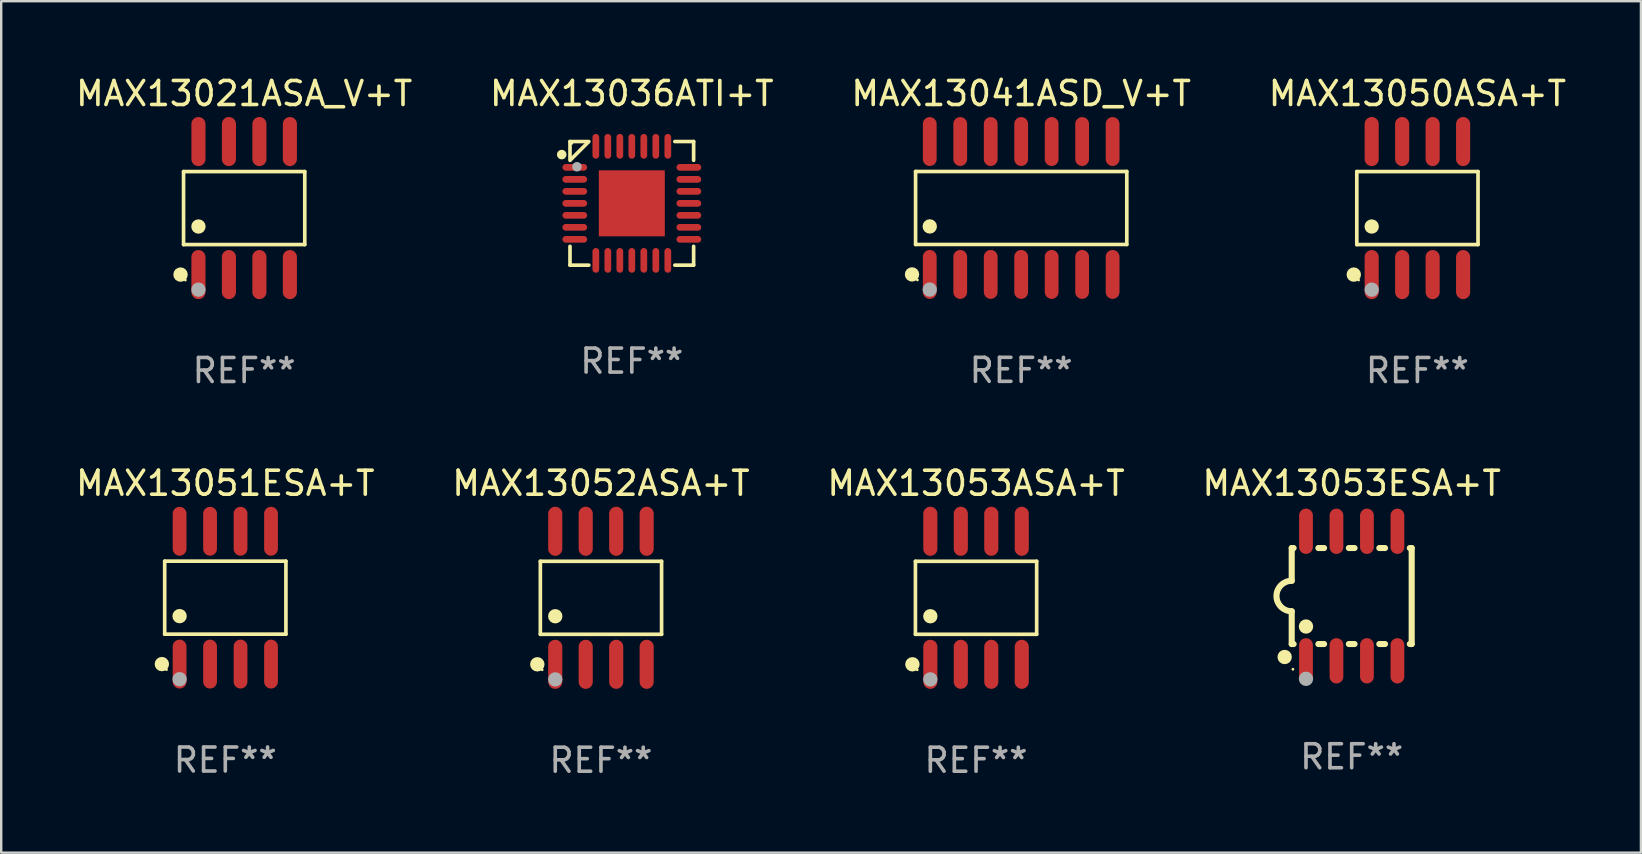
<source format=kicad_pcb>
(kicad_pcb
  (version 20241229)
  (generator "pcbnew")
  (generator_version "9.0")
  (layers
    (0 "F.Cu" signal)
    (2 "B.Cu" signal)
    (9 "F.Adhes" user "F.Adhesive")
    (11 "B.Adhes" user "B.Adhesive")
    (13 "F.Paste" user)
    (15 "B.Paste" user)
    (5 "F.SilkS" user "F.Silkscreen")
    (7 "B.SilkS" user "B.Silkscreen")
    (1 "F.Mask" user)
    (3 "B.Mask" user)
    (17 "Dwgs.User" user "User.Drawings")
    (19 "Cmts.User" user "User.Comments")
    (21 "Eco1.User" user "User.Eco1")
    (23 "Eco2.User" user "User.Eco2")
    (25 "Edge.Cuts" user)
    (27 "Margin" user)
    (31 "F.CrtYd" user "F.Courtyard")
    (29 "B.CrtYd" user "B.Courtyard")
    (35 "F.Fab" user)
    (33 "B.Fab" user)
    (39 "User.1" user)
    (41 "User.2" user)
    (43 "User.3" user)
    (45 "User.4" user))
  (footprint "MAX13051ESA+T"
    (layer "F.Cu")
    (at 6.339 21.857)
    (property "Reference" "MAX13051ESA+T" (at 0 -4.768 0) (layer "F.SilkS") (effects (font (size 1 1) (thickness 0.15))))
    (attr through_hole)
    (fp_line (start -2.526 -1.521) (end 2.526 -1.521) (stroke (width 0.152) (type solid)) (layer "F.SilkS"))
    (fp_line (start -2.526 1.521) (end -2.526 -1.521) (stroke (width 0.152) (type solid)) (layer "F.SilkS"))
    (fp_line (start 2.526 -1.521) (end 2.526 1.521) (stroke (width 0.152) (type solid)) (layer "F.SilkS"))
    (fp_line (start 2.526 1.521) (end -2.526 1.521) (stroke (width 0.152) (type solid)) (layer "F.SilkS"))
    (fp_circle (center -2.644 2.768) (end -2.494 2.768) (stroke (width 0.3) (type solid)) (fill no) (layer "F.SilkS"))
    (fp_circle (center -2.45 2.998) (end -2.42 2.998) (stroke (width 0.06) (type solid)) (fill no) (layer "F.SilkS"))
    (fp_circle (center -1.905 0.769) (end -1.755 0.769) (stroke (width 0.3) (type solid)) (fill no) (layer "F.SilkS"))
    (fp_circle (center -1.905 3.398) (end -1.755 3.398) (stroke (width 0.3) (type solid)) (fill no) (layer "F.Fab"))
    (fp_text user "REF**" (at 0 6.768 0) (layer "F.Fab") (effects (font (size 1 1) (thickness 0.15))))
    (pad "1" smd oval (at -1.905 2.768) (size 0.574 2.036) (layers "F.Cu" "F.Mask" "F.Paste"))
    (pad "2" smd oval (at -0.635 2.768) (size 0.574 2.036) (layers "F.Cu" "F.Mask" "F.Paste"))
    (pad "3" smd oval (at 0.635 2.768) (size 0.574 2.036) (layers "F.Cu" "F.Mask" "F.Paste"))
    (pad "4" smd oval (at 1.905 2.768) (size 0.574 2.036) (layers "F.Cu" "F.Mask" "F.Paste"))
    (pad "5" smd oval (at 1.905 -2.768) (size 0.574 2.036) (layers "F.Cu" "F.Mask" "F.Paste"))
    (pad "6" smd oval (at 0.635 -2.768) (size 0.574 2.036) (layers "F.Cu" "F.Mask" "F.Paste"))
    (pad "7" smd oval (at -0.635 -2.768) (size 0.574 2.036) (layers "F.Cu" "F.Mask" "F.Paste"))
    (pad "8" smd oval (at -1.905 -2.768) (size 0.574 2.036) (layers "F.Cu" "F.Mask" "F.Paste")))
  (footprint "MAX13050ASA+T"
    (layer "F.Cu")
    (at 56.018 5.621)
    (property "Reference" "MAX13050ASA+T" (at 0 -4.772 0) (layer "F.SilkS") (effects (font (size 1 1) (thickness 0.15))))
    (attr through_hole)
    (fp_line (start -2.526 -1.521) (end 2.526 -1.521) (stroke (width 0.152) (type solid)) (layer "F.SilkS"))
    (fp_line (start -2.526 1.521) (end -2.526 -1.521) (stroke (width 0.152) (type solid)) (layer "F.SilkS"))
    (fp_line (start 2.526 -1.521) (end 2.526 1.521) (stroke (width 0.152) (type solid)) (layer "F.SilkS"))
    (fp_line (start 2.526 1.521) (end -2.526 1.521) (stroke (width 0.152) (type solid)) (layer "F.SilkS"))
    (fp_circle (center -2.652 2.772) (end -2.501 2.772) (stroke (width 0.3) (type solid)) (fill no) (layer "F.SilkS"))
    (fp_circle (center -2.45 3) (end -2.42 3) (stroke (width 0.06) (type solid)) (fill no) (layer "F.SilkS"))
    (fp_circle (center -1.905 0.769) (end -1.755 0.769) (stroke (width 0.3) (type solid)) (fill no) (layer "F.SilkS"))
    (fp_circle (center -1.905 3.4) (end -1.755 3.4) (stroke (width 0.3) (type solid)) (fill no) (layer "F.Fab"))
    (fp_text user "REF**" (at 0 6.772 0) (layer "F.Fab") (effects (font (size 1 1) (thickness 0.15))))
    (pad "1" smd oval (at -1.905 2.772) (size 0.588 2.045) (layers "F.Cu" "F.Mask" "F.Paste"))
    (pad "2" smd oval (at -0.635 2.772) (size 0.588 2.045) (layers "F.Cu" "F.Mask" "F.Paste"))
    (pad "3" smd oval (at 0.635 2.772) (size 0.588 2.045) (layers "F.Cu" "F.Mask" "F.Paste"))
    (pad "4" smd oval (at 1.905 2.772) (size 0.588 2.045) (layers "F.Cu" "F.Mask" "F.Paste"))
    (pad "5" smd oval (at 1.905 -2.772) (size 0.588 2.045) (layers "F.Cu" "F.Mask" "F.Paste"))
    (pad "6" smd oval (at 0.635 -2.772) (size 0.588 2.045) (layers "F.Cu" "F.Mask" "F.Paste"))
    (pad "7" smd oval (at -0.635 -2.772) (size 0.588 2.045) (layers "F.Cu" "F.Mask" "F.Paste"))
    (pad "8" smd oval (at -1.905 -2.772) (size 0.588 2.045) (layers "F.Cu" "F.Mask" "F.Paste")))
  (footprint "MAX13053ESA+T"
    (layer "F.Cu")
    (at 53.28 21.789)
    (property "Reference" "MAX13053ESA+T" (at 0 -4.699 0) (layer "F.SilkS") (effects (font (size 1 1) (thickness 0.15))))
    (attr through_hole)
    (fp_line (start -2.5 -2) (end -2.5 -0.635) (stroke (width 0.254) (type solid)) (layer "F.SilkS"))
    (fp_line (start -2.5 -2) (end -2.421 -2) (stroke (width 0.254) (type solid)) (layer "F.SilkS"))
    (fp_line (start -2.5 2) (end -2.5 0.635) (stroke (width 0.254) (type solid)) (layer "F.SilkS"))
    (fp_line (start -2.5 2) (end -2.421 2) (stroke (width 0.254) (type solid)) (layer "F.SilkS"))
    (fp_line (start -1.389 -2) (end -1.151 -2) (stroke (width 0.254) (type solid)) (layer "F.SilkS"))
    (fp_line (start -1.389 2) (end -1.151 2) (stroke (width 0.254) (type solid)) (layer "F.SilkS"))
    (fp_line (start -0.119 -2) (end 0.119 -2) (stroke (width 0.254) (type solid)) (layer "F.SilkS"))
    (fp_line (start -0.119 2) (end 0.119 2) (stroke (width 0.254) (type solid)) (layer "F.SilkS"))
    (fp_line (start 1.151 -2) (end 1.389 -2) (stroke (width 0.254) (type solid)) (layer "F.SilkS"))
    (fp_line (start 1.151 2) (end 1.389 2) (stroke (width 0.254) (type solid)) (layer "F.SilkS"))
    (fp_line (start 2.421 -2) (end 2.5 -2) (stroke (width 0.254) (type solid)) (layer "F.SilkS"))
    (fp_line (start 2.421 2) (end 2.5 2) (stroke (width 0.254) (type solid)) (layer "F.SilkS"))
    (fp_line (start 2.5 -2) (end 2.5 2) (stroke (width 0.254) (type solid)) (layer "F.SilkS"))
    (fp_arc (start -2.5 0.635001) (mid -3.134366 -0.000318) (end -2.499365 -0.635001) (stroke (width 0.254001) (type solid)) (layer "F.SilkS"))
    (fp_circle (center -2.794 2.54) (end -2.644 2.54) (stroke (width 0.3) (type solid)) (fill no) (layer "F.SilkS"))
    (fp_circle (center -2.45 3.05) (end -2.42 3.05) (stroke (width 0.06) (type solid)) (fill no) (layer "F.SilkS"))
    (fp_circle (center -1.905 1.27) (end -1.755 1.27) (stroke (width 0.3) (type solid)) (fill no) (layer "F.SilkS"))
    (fp_circle (center -1.905 3.45) (end -1.755 3.45) (stroke (width 0.3) (type solid)) (fill no) (layer "F.Fab"))
    (fp_text user "REF**" (at 0 6.699 0) (layer "F.Fab") (effects (font (size 1 1) (thickness 0.15))))
    (pad "1" smd oval (at -1.905 2.699) (size 0.574 1.888) (layers "F.Cu" "F.Mask" "F.Paste"))
    (pad "2" smd oval (at -0.635 2.699) (size 0.574 1.888) (layers "F.Cu" "F.Mask" "F.Paste"))
    (pad "3" smd oval (at 0.635 2.699) (size 0.574 1.888) (layers "F.Cu" "F.Mask" "F.Paste"))
    (pad "4" smd oval (at 1.905 2.699) (size 0.574 1.888) (layers "F.Cu" "F.Mask" "F.Paste"))
    (pad "5" smd oval (at 1.905 -2.699) (size 0.574 1.888) (layers "F.Cu" "F.Mask" "F.Paste"))
    (pad "6" smd oval (at 0.635 -2.699) (size 0.574 1.888) (layers "F.Cu" "F.Mask" "F.Paste"))
    (pad "7" smd oval (at -0.635 -2.699) (size 0.574 1.888) (layers "F.Cu" "F.Mask" "F.Paste"))
    (pad "8" smd oval (at -1.905 -2.699) (size 0.574 1.888) (layers "F.Cu" "F.Mask" "F.Paste")))
  (footprint "MAX13052ASA+T"
    (layer "F.Cu")
    (at 21.994 21.862)
    (property "Reference" "MAX13052ASA+T" (at 0 -4.772 0) (layer "F.SilkS") (effects (font (size 1 1) (thickness 0.15))))
    (attr through_hole)
    (fp_line (start -2.526 -1.521) (end 2.526 -1.521) (stroke (width 0.152) (type solid)) (layer "F.SilkS"))
    (fp_line (start -2.526 1.521) (end -2.526 -1.521) (stroke (width 0.152) (type solid)) (layer "F.SilkS"))
    (fp_line (start 2.526 -1.521) (end 2.526 1.521) (stroke (width 0.152) (type solid)) (layer "F.SilkS"))
    (fp_line (start 2.526 1.521) (end -2.526 1.521) (stroke (width 0.152) (type solid)) (layer "F.SilkS"))
    (fp_circle (center -2.652 2.772) (end -2.501 2.772) (stroke (width 0.3) (type solid)) (fill no) (layer "F.SilkS"))
    (fp_circle (center -2.45 3) (end -2.42 3) (stroke (width 0.06) (type solid)) (fill no) (layer "F.SilkS"))
    (fp_circle (center -1.905 0.769) (end -1.755 0.769) (stroke (width 0.3) (type solid)) (fill no) (layer "F.SilkS"))
    (fp_circle (center -1.905 3.4) (end -1.755 3.4) (stroke (width 0.3) (type solid)) (fill no) (layer "F.Fab"))
    (fp_text user "REF**" (at 0 6.772 0) (layer "F.Fab") (effects (font (size 1 1) (thickness 0.15))))
    (pad "1" smd oval (at -1.905 2.772) (size 0.588 2.045) (layers "F.Cu" "F.Mask" "F.Paste"))
    (pad "2" smd oval (at -0.635 2.772) (size 0.588 2.045) (layers "F.Cu" "F.Mask" "F.Paste"))
    (pad "3" smd oval (at 0.635 2.772) (size 0.588 2.045) (layers "F.Cu" "F.Mask" "F.Paste"))
    (pad "4" smd oval (at 1.905 2.772) (size 0.588 2.045) (layers "F.Cu" "F.Mask" "F.Paste"))
    (pad "5" smd oval (at 1.905 -2.772) (size 0.588 2.045) (layers "F.Cu" "F.Mask" "F.Paste"))
    (pad "6" smd oval (at 0.635 -2.772) (size 0.588 2.045) (layers "F.Cu" "F.Mask" "F.Paste"))
    (pad "7" smd oval (at -0.635 -2.772) (size 0.588 2.045) (layers "F.Cu" "F.Mask" "F.Paste"))
    (pad "8" smd oval (at -1.905 -2.772) (size 0.588 2.045) (layers "F.Cu" "F.Mask" "F.Paste")))
  (footprint "MAX13053ASA+T"
    (layer "F.Cu")
    (at 37.625 21.862)
    (property "Reference" "MAX13053ASA+T" (at 0 -4.772 0) (layer "F.SilkS") (effects (font (size 1 1) (thickness 0.15))))
    (attr through_hole)
    (fp_line (start -2.526 -1.521) (end 2.526 -1.521) (stroke (width 0.152) (type solid)) (layer "F.SilkS"))
    (fp_line (start -2.526 1.521) (end -2.526 -1.521) (stroke (width 0.152) (type solid)) (layer "F.SilkS"))
    (fp_line (start 2.526 -1.521) (end 2.526 1.521) (stroke (width 0.152) (type solid)) (layer "F.SilkS"))
    (fp_line (start 2.526 1.521) (end -2.526 1.521) (stroke (width 0.152) (type solid)) (layer "F.SilkS"))
    (fp_circle (center -2.652 2.772) (end -2.501 2.772) (stroke (width 0.3) (type solid)) (fill no) (layer "F.SilkS"))
    (fp_circle (center -2.45 3) (end -2.42 3) (stroke (width 0.06) (type solid)) (fill no) (layer "F.SilkS"))
    (fp_circle (center -1.905 0.769) (end -1.755 0.769) (stroke (width 0.3) (type solid)) (fill no) (layer "F.SilkS"))
    (fp_circle (center -1.905 3.4) (end -1.755 3.4) (stroke (width 0.3) (type solid)) (fill no) (layer "F.Fab"))
    (fp_text user "REF**" (at 0 6.772 0) (layer "F.Fab") (effects (font (size 1 1) (thickness 0.15))))
    (pad "1" smd oval (at -1.905 2.772) (size 0.588 2.045) (layers "F.Cu" "F.Mask" "F.Paste"))
    (pad "2" smd oval (at -0.635 2.772) (size 0.588 2.045) (layers "F.Cu" "F.Mask" "F.Paste"))
    (pad "3" smd oval (at 0.635 2.772) (size 0.588 2.045) (layers "F.Cu" "F.Mask" "F.Paste"))
    (pad "4" smd oval (at 1.905 2.772) (size 0.588 2.045) (layers "F.Cu" "F.Mask" "F.Paste"))
    (pad "5" smd oval (at 1.905 -2.772) (size 0.588 2.045) (layers "F.Cu" "F.Mask" "F.Paste"))
    (pad "6" smd oval (at 0.635 -2.772) (size 0.588 2.045) (layers "F.Cu" "F.Mask" "F.Paste"))
    (pad "7" smd oval (at -0.635 -2.772) (size 0.588 2.045) (layers "F.Cu" "F.Mask" "F.Paste"))
    (pad "8" smd oval (at -1.905 -2.772) (size 0.588 2.045) (layers "F.Cu" "F.Mask" "F.Paste")))
  (footprint "MAX13041ASD_V+T"
    (layer "F.Cu")
    (at 39.506 5.617)
    (property "Reference" "MAX13041ASD_V+T" (at 0 -4.769 0) (layer "F.SilkS") (effects (font (size 1 1) (thickness 0.15))))
    (attr through_hole)
    (fp_line (start -4.401 -1.521) (end 4.401 -1.521) (stroke (width 0.152) (type solid)) (layer "F.SilkS"))
    (fp_line (start -4.401 1.521) (end -4.401 -1.521) (stroke (width 0.152) (type solid)) (layer "F.SilkS"))
    (fp_line (start 4.401 -1.521) (end 4.401 1.521) (stroke (width 0.152) (type solid)) (layer "F.SilkS"))
    (fp_line (start 4.401 1.521) (end -4.401 1.521) (stroke (width 0.152) (type solid)) (layer "F.SilkS"))
    (fp_circle (center -4.549 2.769) (end -4.399 2.769) (stroke (width 0.3) (type solid)) (fill no) (layer "F.SilkS"))
    (fp_circle (center -4.325 3) (end -4.295 3) (stroke (width 0.06) (type solid)) (fill no) (layer "F.SilkS"))
    (fp_circle (center -3.81 0.769) (end -3.66 0.769) (stroke (width 0.3) (type solid)) (fill no) (layer "F.SilkS"))
    (fp_circle (center -3.81 3.4) (end -3.66 3.4) (stroke (width 0.3) (type solid)) (fill no) (layer "F.Fab"))
    (fp_text user "REF**" (at 0 6.769 0) (layer "F.Fab") (effects (font (size 1 1) (thickness 0.15))))
    (pad "1" smd oval (at -3.81 2.769) (size 0.574 2.038) (layers "F.Cu" "F.Mask" "F.Paste"))
    (pad "2" smd oval (at -2.54 2.769) (size 0.574 2.038) (layers "F.Cu" "F.Mask" "F.Paste"))
    (pad "3" smd oval (at -1.27 2.769) (size 0.574 2.038) (layers "F.Cu" "F.Mask" "F.Paste"))
    (pad "4" smd oval (at 0 2.769) (size 0.574 2.038) (layers "F.Cu" "F.Mask" "F.Paste"))
    (pad "5" smd oval (at 1.27 2.769) (size 0.574 2.038) (layers "F.Cu" "F.Mask" "F.Paste"))
    (pad "6" smd oval (at 2.54 2.769) (size 0.574 2.038) (layers "F.Cu" "F.Mask" "F.Paste"))
    (pad "7" smd oval (at 3.81 2.769) (size 0.574 2.038) (layers "F.Cu" "F.Mask" "F.Paste"))
    (pad "8" smd oval (at 3.81 -2.769) (size 0.574 2.038) (layers "F.Cu" "F.Mask" "F.Paste"))
    (pad "9" smd oval (at 2.54 -2.769) (size 0.574 2.038) (layers "F.Cu" "F.Mask" "F.Paste"))
    (pad "10" smd oval (at 1.27 -2.769) (size 0.574 2.038) (layers "F.Cu" "F.Mask" "F.Paste"))
    (pad "11" smd oval (at 0 -2.769) (size 0.574 2.038) (layers "F.Cu" "F.Mask" "F.Paste"))
    (pad "12" smd oval (at -1.27 -2.769) (size 0.574 2.038) (layers "F.Cu" "F.Mask" "F.Paste"))
    (pad "13" smd oval (at -2.54 -2.769) (size 0.574 2.038) (layers "F.Cu" "F.Mask" "F.Paste"))
    (pad "14" smd oval (at -3.81 -2.769) (size 0.574 2.038) (layers "F.Cu" "F.Mask" "F.Paste")))
  (footprint "MAX13021ASA_V+T"
    (layer "F.Cu")
    (at 7.125 5.621)
    (property "Reference" "MAX13021ASA_V+T" (at 0 -4.772 0) (layer "F.SilkS") (effects (font (size 1 1) (thickness 0.15))))
    (attr through_hole)
    (fp_line (start -2.526 -1.521) (end 2.526 -1.521) (stroke (width 0.152) (type solid)) (layer "F.SilkS"))
    (fp_line (start -2.526 1.521) (end -2.526 -1.521) (stroke (width 0.152) (type solid)) (layer "F.SilkS"))
    (fp_line (start 2.526 -1.521) (end 2.526 1.521) (stroke (width 0.152) (type solid)) (layer "F.SilkS"))
    (fp_line (start 2.526 1.521) (end -2.526 1.521) (stroke (width 0.152) (type solid)) (layer "F.SilkS"))
    (fp_circle (center -2.652 2.772) (end -2.501 2.772) (stroke (width 0.3) (type solid)) (fill no) (layer "F.SilkS"))
    (fp_circle (center -2.45 3) (end -2.42 3) (stroke (width 0.06) (type solid)) (fill no) (layer "F.SilkS"))
    (fp_circle (center -1.905 0.769) (end -1.755 0.769) (stroke (width 0.3) (type solid)) (fill no) (layer "F.SilkS"))
    (fp_circle (center -1.905 3.4) (end -1.755 3.4) (stroke (width 0.3) (type solid)) (fill no) (layer "F.Fab"))
    (fp_text user "REF**" (at 0 6.772 0) (layer "F.Fab") (effects (font (size 1 1) (thickness 0.15))))
    (pad "1" smd oval (at -1.905 2.772) (size 0.588 2.045) (layers "F.Cu" "F.Mask" "F.Paste"))
    (pad "2" smd oval (at -0.635 2.772) (size 0.588 2.045) (layers "F.Cu" "F.Mask" "F.Paste"))
    (pad "3" smd oval (at 0.635 2.772) (size 0.588 2.045) (layers "F.Cu" "F.Mask" "F.Paste"))
    (pad "4" smd oval (at 1.905 2.772) (size 0.588 2.045) (layers "F.Cu" "F.Mask" "F.Paste"))
    (pad "5" smd oval (at 1.905 -2.772) (size 0.588 2.045) (layers "F.Cu" "F.Mask" "F.Paste"))
    (pad "6" smd oval (at 0.635 -2.772) (size 0.588 2.045) (layers "F.Cu" "F.Mask" "F.Paste"))
    (pad "7" smd oval (at -0.635 -2.772) (size 0.588 2.045) (layers "F.Cu" "F.Mask" "F.Paste"))
    (pad "8" smd oval (at -1.905 -2.772) (size 0.588 2.045) (layers "F.Cu" "F.Mask" "F.Paste")))
  (footprint "MAX13036ATI+T"
    (layer "F.Cu")
    (at 23.28 5.424)
    (property "Reference" "MAX13036ATI+T" (at 0 -4.576 0) (layer "F.SilkS") (effects (font (size 1 1) (thickness 0.15))))
    (attr through_hole)
    (fp_line (start -2.576 -2.576) (end -1.792 -2.576) (stroke (width 0.152) (type solid)) (layer "F.SilkS"))
    (fp_line (start -2.576 -1.792) (end -2.576 -2.576) (stroke (width 0.152) (type solid)) (layer "F.SilkS"))
    (fp_line (start -2.576 1.792) (end -2.576 2.576) (stroke (width 0.152) (type solid)) (layer "F.SilkS"))
    (fp_line (start -2.576 2.576) (end -1.792 2.576) (stroke (width 0.152) (type solid)) (layer "F.SilkS"))
    (fp_line (start -1.819 -2.549) (end -2.549 -1.819) (stroke (width 0.152) (type solid)) (layer "F.SilkS"))
    (fp_line (start 2.576 -2.576) (end 1.792 -2.576) (stroke (width 0.152) (type solid)) (layer "F.SilkS"))
    (fp_line (start 2.576 -1.792) (end 2.576 -2.576) (stroke (width 0.152) (type solid)) (layer "F.SilkS"))
    (fp_line (start 2.576 1.792) (end 2.576 2.576) (stroke (width 0.152) (type solid)) (layer "F.SilkS"))
    (fp_line (start 2.576 2.576) (end 1.792 2.576) (stroke (width 0.152) (type solid)) (layer "F.SilkS"))
    (fp_circle (center -2.921 -2.032) (end -2.821 -2.032) (stroke (width 0.2) (type solid)) (fill no) (layer "F.SilkS"))
    (fp_circle (center -2.5 -2.5) (end -2.47 -2.5) (stroke (width 0.06) (type solid)) (fill no) (layer "F.SilkS"))
    (fp_circle (center -2.286 -1.524) (end -2.186 -1.524) (stroke (width 0.2) (type solid)) (fill no) (layer "F.Fab"))
    (fp_text user "REF**" (at 0 6.576 0) (layer "F.Fab") (effects (font (size 1 1) (thickness 0.15))))
    (pad "1" smd oval (at -2.377 -1.5) (size 1.03 0.28) (layers "F.Cu" "F.Mask" "F.Paste"))
    (pad "2" smd oval (at -2.377 -1) (size 1.03 0.28) (layers "F.Cu" "F.Mask" "F.Paste"))
    (pad "3" smd oval (at -2.377 -0.5) (size 1.03 0.28) (layers "F.Cu" "F.Mask" "F.Paste"))
    (pad "4" smd oval (at -2.377 0) (size 1.03 0.28) (layers "F.Cu" "F.Mask" "F.Paste"))
    (pad "5" smd oval (at -2.377 0.5) (size 1.03 0.28) (layers "F.Cu" "F.Mask" "F.Paste"))
    (pad "6" smd oval (at -2.377 1) (size 1.03 0.28) (layers "F.Cu" "F.Mask" "F.Paste"))
    (pad "7" smd oval (at -2.377 1.5) (size 1.03 0.28) (layers "F.Cu" "F.Mask" "F.Paste"))
    (pad "8" smd oval (at -1.5 2.377) (size 0.28 1.03) (layers "F.Cu" "F.Mask" "F.Paste"))
    (pad "9" smd oval (at -1 2.377) (size 0.28 1.03) (layers "F.Cu" "F.Mask" "F.Paste"))
    (pad "10" smd oval (at -0.5 2.377) (size 0.28 1.03) (layers "F.Cu" "F.Mask" "F.Paste"))
    (pad "11" smd oval (at 0 2.377) (size 0.28 1.03) (layers "F.Cu" "F.Mask" "F.Paste"))
    (pad "12" smd oval (at 0.5 2.377) (size 0.28 1.03) (layers "F.Cu" "F.Mask" "F.Paste"))
    (pad "13" smd oval (at 1 2.377) (size 0.28 1.03) (layers "F.Cu" "F.Mask" "F.Paste"))
    (pad "14" smd oval (at 1.5 2.377) (size 0.28 1.03) (layers "F.Cu" "F.Mask" "F.Paste"))
    (pad "15" smd oval (at 2.377 1.5) (size 1.03 0.28) (layers "F.Cu" "F.Mask" "F.Paste"))
    (pad "16" smd oval (at 2.377 1) (size 1.03 0.28) (layers "F.Cu" "F.Mask" "F.Paste"))
    (pad "17" smd oval (at 2.377 0.5) (size 1.03 0.28) (layers "F.Cu" "F.Mask" "F.Paste"))
    (pad "18" smd oval (at 2.377 0) (size 1.03 0.28) (layers "F.Cu" "F.Mask" "F.Paste"))
    (pad "19" smd oval (at 2.377 -0.5) (size 1.03 0.28) (layers "F.Cu" "F.Mask" "F.Paste"))
    (pad "20" smd oval (at 2.377 -1) (size 1.03 0.28) (layers "F.Cu" "F.Mask" "F.Paste"))
    (pad "21" smd oval (at 2.377 -1.5) (size 1.03 0.28) (layers "F.Cu" "F.Mask" "F.Paste"))
    (pad "22" smd oval (at 1.5 -2.377) (size 0.28 1.03) (layers "F.Cu" "F.Mask" "F.Paste"))
    (pad "23" smd oval (at 1 -2.377) (size 0.28 1.03) (layers "F.Cu" "F.Mask" "F.Paste"))
    (pad "24" smd oval (at 0.5 -2.377) (size 0.28 1.03) (layers "F.Cu" "F.Mask" "F.Paste"))
    (pad "25" smd oval (at 0 -2.377) (size 0.28 1.03) (layers "F.Cu" "F.Mask" "F.Paste"))
    (pad "26" smd oval (at -0.5 -2.377) (size 0.28 1.03) (layers "F.Cu" "F.Mask" "F.Paste"))
    (pad "27" smd oval (at -1 -2.377) (size 0.28 1.03) (layers "F.Cu" "F.Mask" "F.Paste"))
    (pad "28" smd oval (at -1.5 -2.377) (size 0.28 1.03) (layers "F.Cu" "F.Mask" "F.Paste"))
    (pad "29" smd rect (at 0 0) (size 2.75 2.75) (layers "F.Cu" "F.Mask" "F.Paste")))
  (gr_rect
    (start -3 -3)
    (end 65.333 32.483)
    (stroke (width 0.1) (type default))
    (fill no)
    (layer "Edge.Cuts")))
</source>
